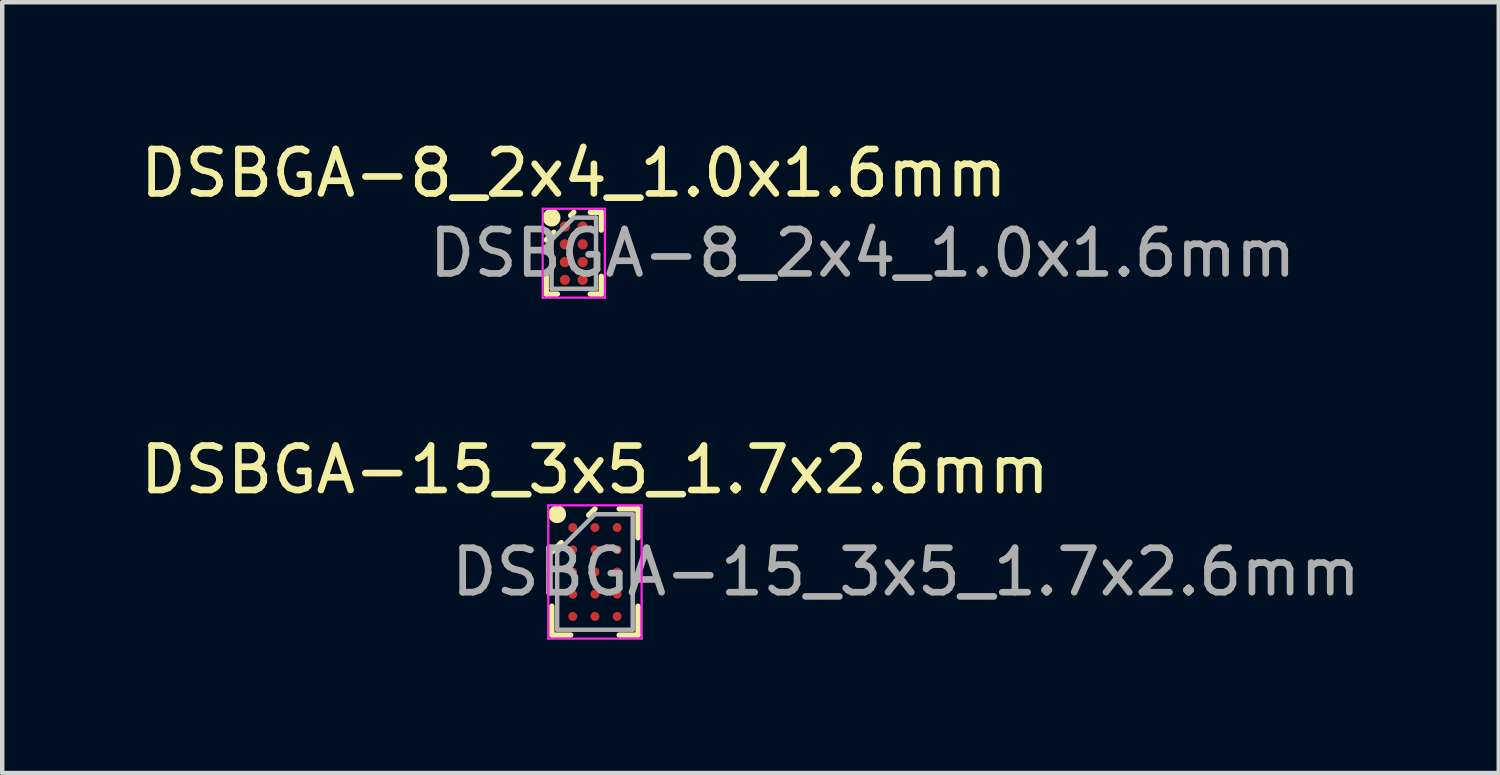
<source format=kicad_pcb>
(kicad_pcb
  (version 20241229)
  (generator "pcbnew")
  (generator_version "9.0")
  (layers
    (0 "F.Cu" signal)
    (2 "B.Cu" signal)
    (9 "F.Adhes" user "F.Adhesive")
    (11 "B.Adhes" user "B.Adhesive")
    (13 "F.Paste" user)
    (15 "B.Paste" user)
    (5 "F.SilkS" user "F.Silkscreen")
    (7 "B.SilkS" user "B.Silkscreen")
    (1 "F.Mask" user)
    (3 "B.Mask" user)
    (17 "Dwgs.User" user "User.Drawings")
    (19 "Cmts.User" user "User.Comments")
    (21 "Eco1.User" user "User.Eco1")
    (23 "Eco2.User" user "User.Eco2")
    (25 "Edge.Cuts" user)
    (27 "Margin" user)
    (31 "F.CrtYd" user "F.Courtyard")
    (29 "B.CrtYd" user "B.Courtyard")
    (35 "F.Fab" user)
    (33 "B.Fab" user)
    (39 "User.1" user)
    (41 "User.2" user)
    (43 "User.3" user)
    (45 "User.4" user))
  (footprint "DSBGA-8_2x4_1.0x1.6mm"
    (layer "F.Cu")
    (at 9.863 2.648)
    (property "Reference" "DSBGA-8_2x4_1.0x1.6mm" (at 0 -1.8 0) (layer "F.SilkS") (effects (font (size 1 1) (thickness 0.15))))
    (attr smd)
    (fp_line (start -0.62 -0.3) (end -0.45 -0.47) (stroke (width 0.12) (type solid)) (layer "F.SilkS"))
    (fp_line (start -0.62 0.92) (end -0.62 0.52) (stroke (width 0.12) (type default)) (layer "F.SilkS"))
    (fp_line (start -0.37 0.92) (end -0.62 0.92) (stroke (width 0.12) (type default)) (layer "F.SilkS"))
    (fp_line (start 0 -0.92) (end -0.071 -0.849) (stroke (width 0.12) (type solid)) (layer "F.SilkS"))
    (fp_line (start 0.37 -0.92) (end 0.62 -0.92) (stroke (width 0.12) (type default)) (layer "F.SilkS"))
    (fp_line (start 0.37 0.92) (end 0.62 0.92) (stroke (width 0.12) (type default)) (layer "F.SilkS"))
    (fp_line (start 0.62 -0.92) (end 0.62 -0.52) (stroke (width 0.12) (type default)) (layer "F.SilkS"))
    (fp_line (start 0.62 0.92) (end 0.62 0.52) (stroke (width 0.12) (type default)) (layer "F.SilkS"))
    (fp_circle (center -0.5 -0.8) (end -0.5 -0.7) (stroke (width 0.2) (type default)) (fill no) (layer "F.SilkS"))
    (fp_rect (start -0.325 -0.725) (end -0.075 -0.475) (stroke (width 0.1) (type solid)) (fill yes) (layer "F.Paste"))
    (fp_rect (start -0.325 -0.325) (end -0.075 -0.075) (stroke (width 0.1) (type solid)) (fill yes) (layer "F.Paste"))
    (fp_rect (start -0.325 0.075) (end -0.075 0.325) (stroke (width 0.1) (type solid)) (fill yes) (layer "F.Paste"))
    (fp_rect (start -0.325 0.475) (end -0.075 0.725) (stroke (width 0.1) (type solid)) (fill yes) (layer "F.Paste"))
    (fp_rect (start 0.075 -0.725) (end 0.325 -0.475) (stroke (width 0.1) (type solid)) (fill yes) (layer "F.Paste"))
    (fp_rect (start 0.075 -0.325) (end 0.325 -0.075) (stroke (width 0.1) (type solid)) (fill yes) (layer "F.Paste"))
    (fp_rect (start 0.075 0.075) (end 0.325 0.325) (stroke (width 0.1) (type solid)) (fill yes) (layer "F.Paste"))
    (fp_rect (start 0.075 0.475) (end 0.325 0.725) (stroke (width 0.1) (type solid)) (fill yes) (layer "F.Paste"))
    (fp_line (start -0.7 -1) (end 0.7 -1) (stroke (width 0.05) (type default)) (layer "F.CrtYd"))
    (fp_line (start -0.7 1) (end -0.7 -1) (stroke (width 0.05) (type default)) (layer "F.CrtYd"))
    (fp_line (start 0.7 -1) (end 0.7 1) (stroke (width 0.05) (type default)) (layer "F.CrtYd"))
    (fp_line (start 0.7 1) (end -0.7 1) (stroke (width 0.05) (type default)) (layer "F.CrtYd"))
    (fp_line (start -0.5 -0.3) (end -0.5 0.8) (stroke (width 0.1) (type default)) (layer "F.Fab"))
    (fp_line (start -0.5 0.8) (end 0.5 0.8) (stroke (width 0.1) (type default)) (layer "F.Fab"))
    (fp_line (start 0 -0.8) (end -0.5 -0.3) (stroke (width 0.1) (type default)) (layer "F.Fab"))
    (fp_line (start 0.5 -0.8) (end 0 -0.8) (stroke (width 0.1) (type default)) (layer "F.Fab"))
    (fp_line (start 0.5 0.8) (end 0.5 -0.8) (stroke (width 0.1) (type default)) (layer "F.Fab"))
    (fp_text user "${REFERENCE}" (at 6.5 0 0) (layer "F.Fab") (effects (font (size 1 1) (thickness 0.15))))
    (pad "A1" smd circle (at -0.2 -0.6) (size 0.23 0.23) (layers "F.Cu" "F.Mask" "F.Paste"))
    (pad "A2" smd circle (at 0.2 -0.6) (size 0.23 0.23) (layers "F.Cu" "F.Mask" "F.Paste"))
    (pad "B1" smd circle (at -0.2 -0.2) (size 0.23 0.23) (layers "F.Cu" "F.Mask" "F.Paste"))
    (pad "B2" smd circle (at 0.2 -0.2) (size 0.23 0.23) (layers "F.Cu" "F.Mask" "F.Paste"))
    (pad "C1" smd circle (at -0.2 0.2) (size 0.23 0.23) (layers "F.Cu" "F.Mask" "F.Paste"))
    (pad "C2" smd circle (at 0.2 0.2) (size 0.23 0.23) (layers "F.Cu" "F.Mask" "F.Paste"))
    (pad "D1" smd circle (at -0.2 0.6) (size 0.23 0.23) (layers "F.Cu" "F.Mask" "F.Paste"))
    (pad "D2" smd circle (at 0.2 0.6) (size 0.23 0.23) (layers "F.Cu" "F.Mask" "F.Paste")))
  (footprint "DSBGA-15_3x5_1.7x2.6mm"
    (layer "F.Cu")
    (at 10.339 9.822)
    (property "Reference" "DSBGA-15_3x5_1.7x2.6mm" (at 0 -2.3 0) (layer "F.SilkS") (effects (font (size 1 1) (thickness 0.15))))
    (attr smd)
    (fp_line (start -0.97 -0.45) (end -0.758 -0.662) (stroke (width 0.12) (type solid)) (layer "F.SilkS"))
    (fp_line (start -0.97 1.42) (end -0.97 0.77) (stroke (width 0.12) (type default)) (layer "F.SilkS"))
    (fp_line (start -0.545 1.42) (end -0.97 1.42) (stroke (width 0.12) (type default)) (layer "F.SilkS"))
    (fp_line (start 0 -1.42) (end -0.141 -1.279) (stroke (width 0.12) (type solid)) (layer "F.SilkS"))
    (fp_line (start 0.545 -1.42) (end 0.97 -1.42) (stroke (width 0.12) (type default)) (layer "F.SilkS"))
    (fp_line (start 0.545 1.42) (end 0.97 1.42) (stroke (width 0.12) (type default)) (layer "F.SilkS"))
    (fp_line (start 0.97 -1.42) (end 0.97 -0.77) (stroke (width 0.12) (type default)) (layer "F.SilkS"))
    (fp_line (start 0.97 1.42) (end 0.97 0.77) (stroke (width 0.12) (type default)) (layer "F.SilkS"))
    (fp_circle (center -0.85 -1.3) (end -0.85 -1.2) (stroke (width 0.2) (type default)) (fill no) (layer "F.SilkS"))
    (fp_rect (start -0.605 -1.105) (end -0.395 -0.895) (stroke (width 0.1) (type solid)) (fill yes) (layer "F.Paste"))
    (fp_rect (start -0.605 -0.605) (end -0.395 -0.395) (stroke (width 0.1) (type solid)) (fill yes) (layer "F.Paste"))
    (fp_rect (start -0.605 -0.105) (end -0.395 0.105) (stroke (width 0.1) (type solid)) (fill yes) (layer "F.Paste"))
    (fp_rect (start -0.605 0.395) (end -0.395 0.605) (stroke (width 0.1) (type solid)) (fill yes) (layer "F.Paste"))
    (fp_rect (start -0.605 0.895) (end -0.395 1.105) (stroke (width 0.1) (type solid)) (fill yes) (layer "F.Paste"))
    (fp_rect (start -0.105 -1.105) (end 0.105 -0.895) (stroke (width 0.1) (type solid)) (fill yes) (layer "F.Paste"))
    (fp_rect (start -0.105 -0.605) (end 0.105 -0.395) (stroke (width 0.1) (type solid)) (fill yes) (layer "F.Paste"))
    (fp_rect (start -0.105 -0.105) (end 0.105 0.105) (stroke (width 0.1) (type solid)) (fill yes) (layer "F.Paste"))
    (fp_rect (start -0.105 0.395) (end 0.105 0.605) (stroke (width 0.1) (type solid)) (fill yes) (layer "F.Paste"))
    (fp_rect (start -0.105 0.895) (end 0.105 1.105) (stroke (width 0.1) (type solid)) (fill yes) (layer "F.Paste"))
    (fp_rect (start 0.395 -1.105) (end 0.605 -0.895) (stroke (width 0.1) (type solid)) (fill yes) (layer "F.Paste"))
    (fp_rect (start 0.395 -0.605) (end 0.605 -0.395) (stroke (width 0.1) (type solid)) (fill yes) (layer "F.Paste"))
    (fp_rect (start 0.395 -0.105) (end 0.605 0.105) (stroke (width 0.1) (type solid)) (fill yes) (layer "F.Paste"))
    (fp_rect (start 0.395 0.395) (end 0.605 0.605) (stroke (width 0.1) (type solid)) (fill yes) (layer "F.Paste"))
    (fp_rect (start 0.395 0.895) (end 0.605 1.105) (stroke (width 0.1) (type solid)) (fill yes) (layer "F.Paste"))
    (fp_line (start -1.05 -1.5) (end 1.05 -1.5) (stroke (width 0.05) (type default)) (layer "F.CrtYd"))
    (fp_line (start -1.05 1.5) (end -1.05 -1.5) (stroke (width 0.05) (type default)) (layer "F.CrtYd"))
    (fp_line (start 1.05 -1.5) (end 1.05 1.5) (stroke (width 0.05) (type default)) (layer "F.CrtYd"))
    (fp_line (start 1.05 1.5) (end -1.05 1.5) (stroke (width 0.05) (type default)) (layer "F.CrtYd"))
    (fp_line (start -0.85 -0.45) (end -0.85 1.3) (stroke (width 0.1) (type default)) (layer "F.Fab"))
    (fp_line (start -0.85 1.3) (end 0.85 1.3) (stroke (width 0.1) (type default)) (layer "F.Fab"))
    (fp_line (start 0 -1.3) (end -0.85 -0.45) (stroke (width 0.1) (type default)) (layer "F.Fab"))
    (fp_line (start 0.85 -1.3) (end 0 -1.3) (stroke (width 0.1) (type default)) (layer "F.Fab"))
    (fp_line (start 0.85 1.3) (end 0.85 -1.3) (stroke (width 0.1) (type default)) (layer "F.Fab"))
    (fp_text user "${REFERENCE}" (at 7 0 0) (layer "F.Fab") (effects (font (size 1 1) (thickness 0.15))))
    (pad "A1" smd circle (at -0.5 -1) (size 0.2 0.2) (layers "F.Cu" "F.Mask" "F.Paste"))
    (pad "A2" smd circle (at 0 -1) (size 0.2 0.2) (layers "F.Cu" "F.Mask" "F.Paste"))
    (pad "A3" smd circle (at 0.5 -1) (size 0.2 0.2) (layers "F.Cu" "F.Mask" "F.Paste"))
    (pad "B1" smd circle (at -0.5 -0.5) (size 0.2 0.2) (layers "F.Cu" "F.Mask" "F.Paste"))
    (pad "B2" smd circle (at 0 -0.5) (size 0.2 0.2) (layers "F.Cu" "F.Mask" "F.Paste"))
    (pad "B3" smd circle (at 0.5 -0.5) (size 0.2 0.2) (layers "F.Cu" "F.Mask" "F.Paste"))
    (pad "C1" smd circle (at -0.5 0) (size 0.2 0.2) (layers "F.Cu" "F.Mask" "F.Paste"))
    (pad "C2" smd circle (at 0 0) (size 0.2 0.2) (layers "F.Cu" "F.Mask" "F.Paste"))
    (pad "C3" smd circle (at 0.5 0) (size 0.2 0.2) (layers "F.Cu" "F.Mask" "F.Paste"))
    (pad "D1" smd circle (at -0.5 0.5) (size 0.2 0.2) (layers "F.Cu" "F.Mask" "F.Paste"))
    (pad "D2" smd circle (at 0 0.5) (size 0.2 0.2) (layers "F.Cu" "F.Mask" "F.Paste"))
    (pad "D3" smd circle (at 0.5 0.5) (size 0.2 0.2) (layers "F.Cu" "F.Mask" "F.Paste"))
    (pad "E1" smd circle (at -0.5 1) (size 0.2 0.2) (layers "F.Cu" "F.Mask" "F.Paste"))
    (pad "E2" smd circle (at 0 1) (size 0.2 0.2) (layers "F.Cu" "F.Mask" "F.Paste"))
    (pad "E3" smd circle (at 0.5 1) (size 0.2 0.2) (layers "F.Cu" "F.Mask" "F.Paste")))
  (gr_rect
    (start -3 -3)
    (end 30.679 14.347)
    (stroke (width 0.1) (type default))
    (fill no)
    (layer "Edge.Cuts")))
</source>
